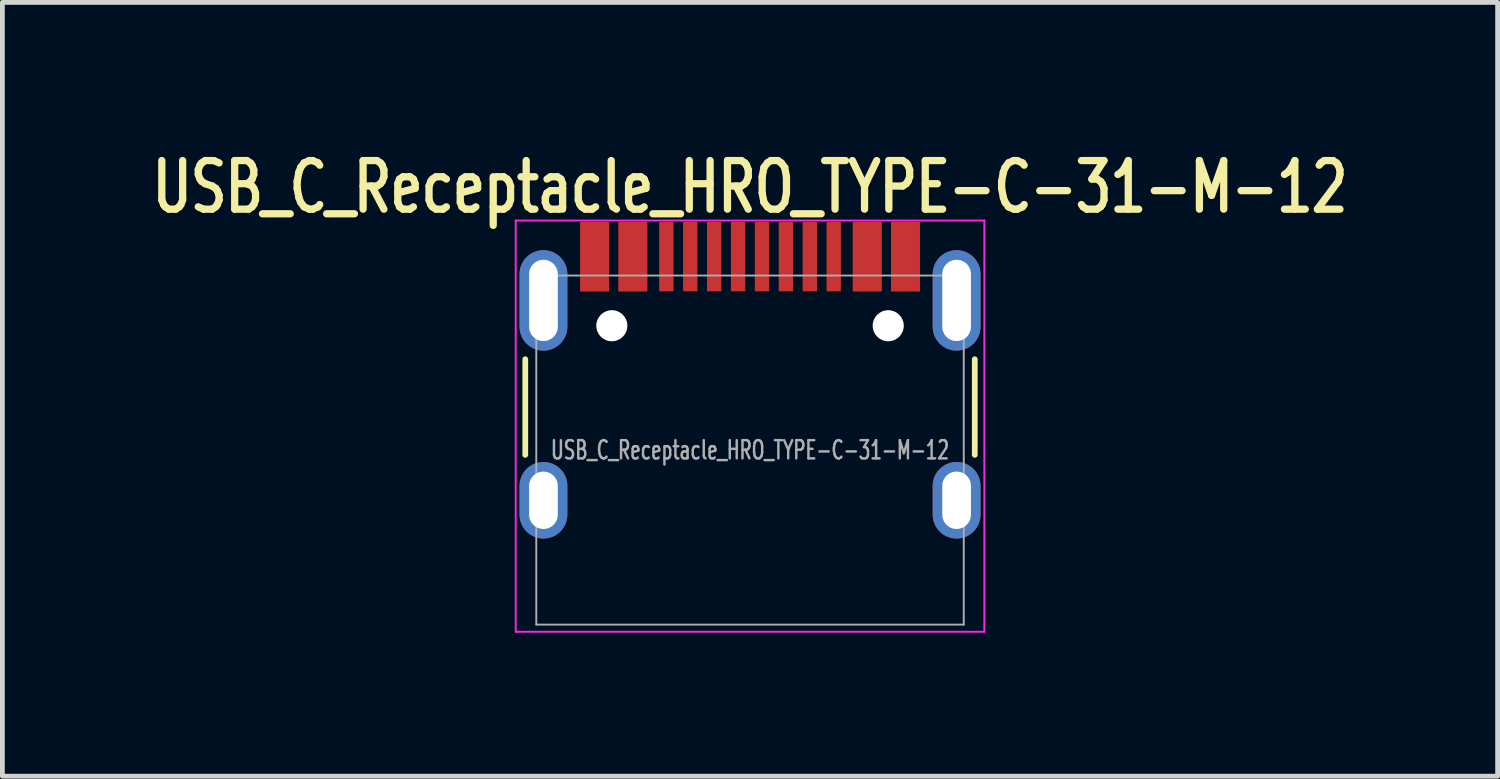
<source format=kicad_pcb>
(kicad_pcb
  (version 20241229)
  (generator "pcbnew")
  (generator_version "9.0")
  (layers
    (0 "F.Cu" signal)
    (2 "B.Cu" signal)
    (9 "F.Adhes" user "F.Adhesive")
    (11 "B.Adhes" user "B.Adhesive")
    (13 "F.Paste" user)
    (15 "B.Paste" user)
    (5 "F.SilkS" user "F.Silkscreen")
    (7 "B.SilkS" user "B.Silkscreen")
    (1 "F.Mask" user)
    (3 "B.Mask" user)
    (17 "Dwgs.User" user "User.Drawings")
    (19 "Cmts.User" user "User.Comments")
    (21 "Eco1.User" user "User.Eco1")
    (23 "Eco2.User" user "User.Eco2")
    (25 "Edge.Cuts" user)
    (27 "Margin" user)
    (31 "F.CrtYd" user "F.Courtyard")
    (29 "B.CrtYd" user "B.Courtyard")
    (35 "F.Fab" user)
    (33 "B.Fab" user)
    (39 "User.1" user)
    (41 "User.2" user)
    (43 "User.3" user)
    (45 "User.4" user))
  (footprint "USB_C_Receptacle_HRO_TYPE-C-31-M-12"
    (layer "F.Cu")
    (at 12.635 6.362)
    (property "Reference" "USB_C_Receptacle_HRO_TYPE-C-31-M-12" (at 0 -5.5 0) (layer "F.SilkS") (effects (font (size 1.016 0.762) (thickness 0.152))))
    (attr smd)
    (fp_line (start -4.7 -1.9) (end -4.7 0.1) (stroke (width 0.12) (type solid)) (layer "F.SilkS"))
    (fp_line (start 4.7 -1.9) (end 4.7 0.1) (stroke (width 0.12) (type solid)) (layer "F.SilkS"))
    (fp_line (start -4.9 -4.8) (end -4.9 3.8) (stroke (width 0.04) (type solid)) (layer "F.CrtYd"))
    (fp_line (start -4.9 -4.8) (end 4.9 -4.8) (stroke (width 0.04) (type solid)) (layer "F.CrtYd"))
    (fp_line (start -4.9 3.8) (end 4.9 3.8) (stroke (width 0.04) (type solid)) (layer "F.CrtYd"))
    (fp_line (start 4.9 -4.8) (end 4.9 3.8) (stroke (width 0.04) (type solid)) (layer "F.CrtYd"))
    (fp_line (start -4.47 -3.65) (end -4.47 3.65) (stroke (width 0.04) (type solid)) (layer "F.Fab"))
    (fp_line (start -4.47 -3.65) (end 4.47 -3.65) (stroke (width 0.04) (type solid)) (layer "F.Fab"))
    (fp_line (start -4.47 3.65) (end 4.47 3.65) (stroke (width 0.04) (type solid)) (layer "F.Fab"))
    (fp_line (start 4.47 -3.65) (end 4.47 3.65) (stroke (width 0.04) (type solid)) (layer "F.Fab"))
    (fp_text user "${REFERENCE}" (at 0 0 0) (layer "F.Fab") (effects (font (size 0.381 0.254) (thickness 0.051))))
    (pad "" np_thru_hole circle (at -2.89 -2.6) (size 0.65 0.65) (drill 0.65) (layers "*.Cu" "*.Mask"))
    (pad "" np_thru_hole circle (at 2.89 -2.6) (size 0.65 0.65) (drill 0.65) (layers "*.Cu" "*.Mask"))
    (pad "A1" smd rect (at -3.25 -4.045) (size 0.6 1.45) (layers "F.Cu" "F.Mask" "F.Paste"))
    (pad "A4" smd rect (at -2.45 -4.045) (size 0.6 1.45) (layers "F.Cu" "F.Mask" "F.Paste"))
    (pad "A5" smd rect (at -1.25 -4.045) (size 0.3 1.45) (layers "F.Cu" "F.Mask" "F.Paste"))
    (pad "A6" smd rect (at -0.25 -4.045) (size 0.3 1.45) (layers "F.Cu" "F.Mask" "F.Paste"))
    (pad "A7" smd rect (at 0.25 -4.045) (size 0.3 1.45) (layers "F.Cu" "F.Mask" "F.Paste"))
    (pad "A8" smd rect (at 1.25 -4.045) (size 0.3 1.45) (layers "F.Cu" "F.Mask" "F.Paste"))
    (pad "A9" smd rect (at 2.45 -4.045) (size 0.6 1.45) (layers "F.Cu" "F.Mask" "F.Paste"))
    (pad "A12" smd rect (at 3.25 -4.045) (size 0.6 1.45) (layers "F.Cu" "F.Mask" "F.Paste"))
    (pad "B1" smd rect (at 3.25 -4.045) (size 0.6 1.45) (layers "F.Cu" "F.Mask" "F.Paste"))
    (pad "B4" smd rect (at 2.45 -4.045) (size 0.6 1.45) (layers "F.Cu" "F.Mask" "F.Paste"))
    (pad "B5" smd rect (at 1.75 -4.045) (size 0.3 1.45) (layers "F.Cu" "F.Mask" "F.Paste"))
    (pad "B6" smd rect (at 0.75 -4.045) (size 0.3 1.45) (layers "F.Cu" "F.Mask" "F.Paste"))
    (pad "B7" smd rect (at -0.75 -4.045) (size 0.3 1.45) (layers "F.Cu" "F.Mask" "F.Paste"))
    (pad "B8" smd rect (at -1.75 -4.045) (size 0.3 1.45) (layers "F.Cu" "F.Mask" "F.Paste"))
    (pad "B9" smd rect (at -2.45 -4.045) (size 0.6 1.45) (layers "F.Cu" "F.Mask" "F.Paste"))
    (pad "B12" smd rect (at -3.25 -4.045) (size 0.6 1.45) (layers "F.Cu" "F.Mask" "F.Paste"))
    (pad "S1" thru_hole oval (at -4.32 -3.13) (size 1 2.1) (drill oval 0.6 1.7) (layers "*.Cu" "*.Mask"))
    (pad "S1" thru_hole oval (at -4.32 1.05) (size 1 1.6) (drill oval 0.6 1.2) (layers "*.Cu" "*.Mask"))
    (pad "S1" thru_hole oval (at 4.32 -3.13) (size 1 2.1) (drill oval 0.6 1.7) (layers "*.Cu" "*.Mask"))
    (pad "S1" thru_hole oval (at 4.32 1.05) (size 1 1.6) (drill oval 0.6 1.2) (layers "*.Cu" "*.Mask")))
  (gr_rect
    (start -3 -3)
    (end 28.269 13.182)
    (stroke (width 0.1) (type default))
    (fill no)
    (layer "Edge.Cuts")))
</source>
